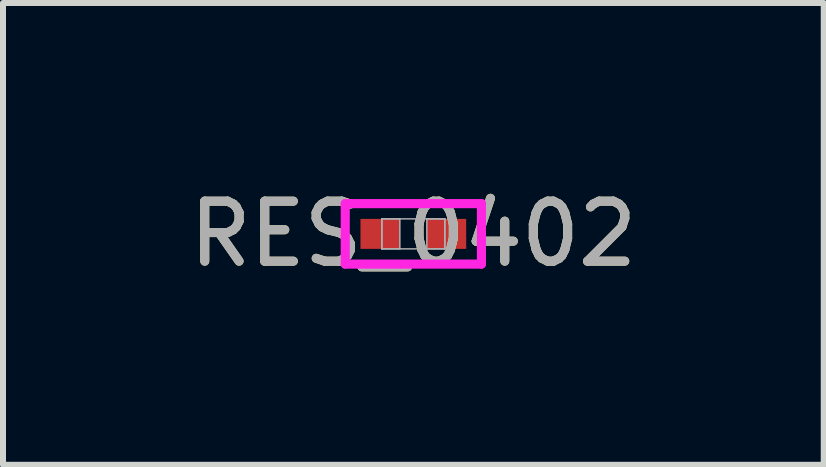
<source format=kicad_pcb>
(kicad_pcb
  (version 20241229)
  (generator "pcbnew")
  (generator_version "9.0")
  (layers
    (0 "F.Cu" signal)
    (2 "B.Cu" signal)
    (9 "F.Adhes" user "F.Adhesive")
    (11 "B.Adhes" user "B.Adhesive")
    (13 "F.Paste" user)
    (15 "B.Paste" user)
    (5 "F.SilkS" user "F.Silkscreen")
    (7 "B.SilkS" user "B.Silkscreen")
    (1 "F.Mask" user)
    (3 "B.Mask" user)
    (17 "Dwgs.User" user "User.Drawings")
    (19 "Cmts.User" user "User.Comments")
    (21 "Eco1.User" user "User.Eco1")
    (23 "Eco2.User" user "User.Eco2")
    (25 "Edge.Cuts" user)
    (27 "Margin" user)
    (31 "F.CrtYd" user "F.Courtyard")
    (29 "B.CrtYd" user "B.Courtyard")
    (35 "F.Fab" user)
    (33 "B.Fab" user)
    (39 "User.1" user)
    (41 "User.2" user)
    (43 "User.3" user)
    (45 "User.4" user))
  (footprint "RES_0402"
    (layer "F.Cu")
    (at 3.839 0.848)
    (property "Reference" "RES_0402" (at 0 0 0) (unlocked yes) (layer "F.SilkS") (effects (font (size 1 1) (thickness 0.15))))
    (attr smd)
    (fp_line (start -1.135 -0.504) (end 1.135 -0.504) (stroke (width 0.152) (type solid)) (layer "F.CrtYd"))
    (fp_line (start -1.135 0.504) (end -1.135 -0.504) (stroke (width 0.152) (type solid)) (layer "F.CrtYd"))
    (fp_line (start 1.135 -0.504) (end 1.135 0.504) (stroke (width 0.152) (type solid)) (layer "F.CrtYd"))
    (fp_line (start 1.135 0.504) (end -1.135 0.504) (stroke (width 0.152) (type solid)) (layer "F.CrtYd"))
    (fp_line (start -0.525 -0.25) (end -0.525 0.25) (stroke (width 0.025) (type solid)) (layer "F.Fab"))
    (fp_line (start -0.525 -0.25) (end -0.525 0.25) (stroke (width 0.025) (type solid)) (layer "F.Fab"))
    (fp_line (start -0.525 0.25) (end -0.225 0.25) (stroke (width 0.025) (type solid)) (layer "F.Fab"))
    (fp_line (start -0.525 0.25) (end 0.525 0.25) (stroke (width 0.025) (type solid)) (layer "F.Fab"))
    (fp_line (start -0.225 -0.25) (end -0.525 -0.25) (stroke (width 0.025) (type solid)) (layer "F.Fab"))
    (fp_line (start -0.225 0.25) (end -0.225 -0.25) (stroke (width 0.025) (type solid)) (layer "F.Fab"))
    (fp_line (start 0.225 -0.25) (end 0.225 0.25) (stroke (width 0.025) (type solid)) (layer "F.Fab"))
    (fp_line (start 0.225 0.25) (end 0.525 0.25) (stroke (width 0.025) (type solid)) (layer "F.Fab"))
    (fp_line (start 0.525 -0.25) (end -0.525 -0.25) (stroke (width 0.025) (type solid)) (layer "F.Fab"))
    (fp_line (start 0.525 -0.25) (end 0.225 -0.25) (stroke (width 0.025) (type solid)) (layer "F.Fab"))
    (fp_line (start 0.525 0.25) (end 0.525 -0.25) (stroke (width 0.025) (type solid)) (layer "F.Fab"))
    (fp_line (start 0.525 0.25) (end 0.525 -0.25) (stroke (width 0.025) (type solid)) (layer "F.Fab"))
    (fp_text user "${REFERENCE}" (at 0 0 0) (unlocked yes) (layer "F.Fab") (effects (font (size 1 1) (thickness 0.15))))
    (pad "1" smd rect (at -0.553 0) (size 0.656 0.5) (layers "F.Cu" "F.Mask" "F.Paste"))
    (pad "2" smd rect (at 0.553 0) (size 0.656 0.5) (layers "F.Cu" "F.Mask" "F.Paste"))
    (zone (net_name "") (layer "F.Cu") (hatch full 0.508) (connect_pads) (min_thickness 0.254) (filled_areas_thickness no) (keepout (tracks not_allowed) (vias not_allowed) (pads allowed) (copperpour not_allowed) (footprints allowed)) (placement (enabled no)) (fill) (polygon (pts (xy 3.665 0.649) (xy 4.013 0.649) (xy 4.013 1.047) (xy 3.665 1.047)))))
  (gr_rect
    (start -3 -3)
    (end 10.679 4.697)
    (stroke (width 0.1) (type default))
    (fill no)
    (layer "Edge.Cuts")))
</source>
